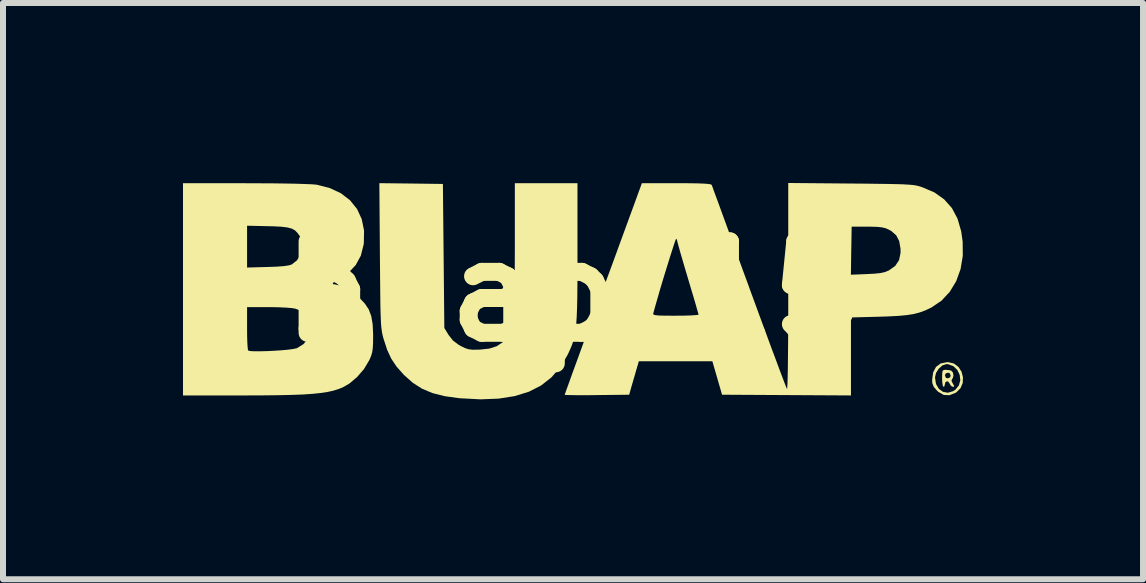
<source format=kicad_pcb>
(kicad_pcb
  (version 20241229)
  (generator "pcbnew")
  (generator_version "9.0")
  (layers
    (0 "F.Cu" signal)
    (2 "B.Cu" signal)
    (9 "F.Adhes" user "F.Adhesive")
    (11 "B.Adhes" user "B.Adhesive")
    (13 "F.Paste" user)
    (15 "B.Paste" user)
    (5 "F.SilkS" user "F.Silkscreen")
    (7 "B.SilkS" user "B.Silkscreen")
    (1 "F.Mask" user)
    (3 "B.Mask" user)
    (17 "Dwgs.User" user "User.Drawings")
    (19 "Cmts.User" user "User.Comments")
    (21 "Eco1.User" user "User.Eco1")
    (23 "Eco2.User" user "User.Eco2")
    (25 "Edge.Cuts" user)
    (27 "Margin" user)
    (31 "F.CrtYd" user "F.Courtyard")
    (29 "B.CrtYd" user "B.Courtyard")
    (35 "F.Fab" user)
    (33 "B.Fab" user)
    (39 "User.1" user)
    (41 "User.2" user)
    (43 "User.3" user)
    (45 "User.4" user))
  (footprint "buap_15"
    (layer "F.Cu")
    (at 6.504 1.808)
    (property "Reference" "buap_15" (at 0 0 0) (layer "F.SilkS") (effects (font (size 1.524 1.524) (thickness 0.3))))
    (attr board_only exclude_from_pos_files exclude_from_bom)
    (fp_poly (pts (xy 6.267 1.311) (xy 6.301 1.32) (xy 6.329 1.352) (xy 6.338 1.404) (xy 6.324 1.45) (xy 6.313 1.461) (xy 6.305 1.491) (xy 6.326 1.533) (xy 6.349 1.574) (xy 6.343 1.589) (xy 6.328 1.59) (xy 6.294 1.571) (xy 6.279 1.543) (xy 6.252 1.504) (xy 6.23 1.496) (xy 6.202 1.515) (xy 6.196 1.543) (xy 6.186 1.582) (xy 6.172 1.59) (xy 6.159 1.569) (xy 6.151 1.512) (xy 6.148 1.448) (xy 6.149 1.401) (xy 6.196 1.401) (xy 6.212 1.44) (xy 6.243 1.448) (xy 6.283 1.431) (xy 6.291 1.401) (xy 6.274 1.361) (xy 6.243 1.353) (xy 6.204 1.37) (xy 6.196 1.401) (xy 6.149 1.401) (xy 6.15 1.369) (xy 6.156 1.326) (xy 6.174 1.309) (xy 6.205 1.306) (xy 6.206 1.306)) (stroke (width 0) (type solid)) (fill yes) (layer "F.SilkS"))
    (fp_poly (pts (xy 6.249 1.178) (xy 6.346 1.201) (xy 6.421 1.258) (xy 6.472 1.337) (xy 6.496 1.429) (xy 6.492 1.525) (xy 6.455 1.612) (xy 6.384 1.683) (xy 6.377 1.687) (xy 6.273 1.729) (xy 6.176 1.725) (xy 6.085 1.673) (xy 6.063 1.652) (xy 6.009 1.589) (xy 5.986 1.529) (xy 5.982 1.476) (xy 5.987 1.436) (xy 6.03 1.436) (xy 6.047 1.543) (xy 6.094 1.623) (xy 6.163 1.673) (xy 6.245 1.688) (xy 6.332 1.662) (xy 6.37 1.637) (xy 6.429 1.564) (xy 6.452 1.478) (xy 6.441 1.389) (xy 6.402 1.308) (xy 6.337 1.245) (xy 6.251 1.213) (xy 6.219 1.211) (xy 6.154 1.232) (xy 6.093 1.286) (xy 6.047 1.358) (xy 6.03 1.435) (xy 6.03 1.436) (xy 5.987 1.436) (xy 5.999 1.349) (xy 6.047 1.257) (xy 6.126 1.199) (xy 6.234 1.178)) (stroke (width 0) (type solid)) (fill yes) (layer "F.SilkS"))
    (fp_poly (pts (xy -2.702 -1.799) (xy -2.172 -1.792) (xy -2.16 -0.592) (xy -2.148 0.609) (xy -2.077 0.725) (xy -2.004 0.818) (xy -1.91 0.889) (xy -1.875 0.909) (xy -1.803 0.944) (xy -1.742 0.964) (xy -1.674 0.971) (xy -1.581 0.97) (xy -1.555 0.969) (xy -1.398 0.952) (xy -1.276 0.913) (xy -1.176 0.847) (xy -1.1 0.764) (xy -1.047 0.675) (xy -1.006 0.574) (xy -0.999 0.546) (xy -0.992 0.488) (xy -0.986 0.385) (xy -0.982 0.237) (xy -0.978 0.047) (xy -0.975 -0.183) (xy -0.974 -0.453) (xy -0.973 -0.69) (xy -0.973 -1.804) (xy 0.071 -1.804) (xy 0.071 -0.652) (xy 0.071 -0.36) (xy 0.07 -0.111) (xy 0.068 0.099) (xy 0.064 0.276) (xy 0.058 0.424) (xy 0.05 0.547) (xy 0.038 0.65) (xy 0.023 0.737) (xy 0.005 0.814) (xy -0.018 0.884) (xy -0.046 0.953) (xy -0.079 1.025) (xy -0.094 1.057) (xy -0.214 1.26) (xy -0.361 1.43) (xy -0.535 1.567) (xy -0.739 1.671) (xy -0.975 1.744) (xy -1.243 1.786) (xy -1.545 1.798) (xy -1.884 1.78) (xy -1.906 1.778) (xy -2.144 1.745) (xy -2.345 1.694) (xy -2.519 1.621) (xy -2.674 1.522) (xy -2.818 1.394) (xy -2.832 1.38) (xy -2.946 1.25) (xy -3.033 1.12) (xy -3.101 0.973) (xy -3.159 0.795) (xy -3.16 0.793) (xy -3.172 0.749) (xy -3.182 0.707) (xy -3.19 0.661) (xy -3.197 0.607) (xy -3.203 0.541) (xy -3.207 0.458) (xy -3.211 0.354) (xy -3.214 0.224) (xy -3.216 0.064) (xy -3.218 -0.131) (xy -3.22 -0.365) (xy -3.222 -0.6) (xy -3.231 -1.805)) (stroke (width 0) (type solid)) (fill yes) (layer "F.SilkS"))
    (fp_poly (pts (xy -5.466 -1.804) (xy -5.229 -1.803) (xy -5.007 -1.802) (xy -4.804 -1.799) (xy -4.626 -1.796) (xy -4.478 -1.791) (xy -4.365 -1.787) (xy -4.292 -1.781) (xy -4.278 -1.78) (xy -4.059 -1.724) (xy -3.872 -1.637) (xy -3.72 -1.52) (xy -3.603 -1.375) (xy -3.525 -1.206) (xy -3.486 -1.015) (xy -3.49 -0.805) (xy -3.493 -0.783) (xy -3.54 -0.597) (xy -3.626 -0.439) (xy -3.749 -0.309) (xy -3.881 -0.223) (xy -3.965 -0.174) (xy -4.006 -0.141) (xy -4.004 -0.122) (xy -3.977 -0.119) (xy -3.913 -0.105) (xy -3.826 -0.067) (xy -3.729 -0.014) (xy -3.635 0.048) (xy -3.564 0.106) (xy -3.472 0.203) (xy -3.407 0.301) (xy -3.366 0.411) (xy -3.343 0.544) (xy -3.335 0.712) (xy -3.335 0.736) (xy -3.336 0.859) (xy -3.341 0.947) (xy -3.351 1.015) (xy -3.368 1.073) (xy -3.395 1.137) (xy -3.399 1.145) (xy -3.486 1.291) (xy -3.601 1.425) (xy -3.731 1.535) (xy -3.84 1.598) (xy -3.916 1.628) (xy -4 1.654) (xy -4.096 1.675) (xy -4.209 1.692) (xy -4.342 1.706) (xy -4.502 1.717) (xy -4.69 1.724) (xy -4.913 1.729) (xy -5.174 1.732) (xy -5.478 1.733) (xy -5.508 1.733) (xy -6.504 1.733) (xy -6.504 0.613) (xy -5.436 0.613) (xy -5.435 0.738) (xy -5.432 0.846) (xy -5.427 0.929) (xy -5.421 0.976) (xy -5.418 0.984) (xy -5.386 0.993) (xy -5.316 0.997) (xy -5.218 0.997) (xy -5.103 0.994) (xy -4.98 0.988) (xy -4.859 0.98) (xy -4.75 0.97) (xy -4.663 0.958) (xy -4.607 0.946) (xy -4.603 0.944) (xy -4.494 0.876) (xy -4.421 0.786) (xy -4.383 0.682) (xy -4.38 0.574) (xy -4.411 0.47) (xy -4.477 0.379) (xy -4.576 0.308) (xy -4.627 0.288) (xy -4.681 0.278) (xy -4.774 0.27) (xy -4.894 0.264) (xy -5.033 0.261) (xy -5.072 0.261) (xy -5.436 0.261) (xy -5.436 0.613) (xy -6.504 0.613) (xy -6.504 -1.096) (xy -5.436 -1.096) (xy -5.436 -0.399) (xy -5.098 -0.408) (xy -4.936 -0.414) (xy -4.817 -0.423) (xy -4.735 -0.436) (xy -4.69 -0.451) (xy -4.603 -0.52) (xy -4.543 -0.616) (xy -4.515 -0.726) (xy -4.521 -0.836) (xy -4.555 -0.919) (xy -4.596 -0.976) (xy -4.638 -1.019) (xy -4.692 -1.048) (xy -4.764 -1.067) (xy -4.863 -1.079) (xy -4.997 -1.086) (xy -5.085 -1.088) (xy -5.436 -1.096) (xy -6.504 -1.096) (xy -6.504 -1.804)) (stroke (width 0) (type solid)) (fill yes) (layer "F.SilkS"))
    (fp_poly (pts (xy 4.623 -1.799) (xy 4.873 -1.797) (xy 5.081 -1.794) (xy 5.251 -1.792) (xy 5.387 -1.789) (xy 5.496 -1.786) (xy 5.581 -1.781) (xy 5.647 -1.776) (xy 5.7 -1.769) (xy 5.743 -1.76) (xy 5.782 -1.749) (xy 5.819 -1.737) (xy 6.02 -1.651) (xy 6.183 -1.535) (xy 6.312 -1.39) (xy 6.406 -1.212) (xy 6.467 -1.001) (xy 6.491 -0.831) (xy 6.493 -0.594) (xy 6.456 -0.372) (xy 6.383 -0.171) (xy 6.276 0.006) (xy 6.138 0.154) (xy 5.97 0.267) (xy 5.961 0.272) (xy 5.867 0.316) (xy 5.774 0.35) (xy 5.675 0.376) (xy 5.56 0.394) (xy 5.421 0.407) (xy 5.249 0.416) (xy 5.098 0.421) (xy 4.629 0.433) (xy 4.629 1.733) (xy 3.555 1.727) (xy 2.481 1.721) (xy 2.4 1.442) (xy 2.319 1.163) (xy 1.094 1.163) (xy 1.047 1.323) (xy 1.017 1.427) (xy 0.986 1.533) (xy 0.966 1.602) (xy 0.933 1.721) (xy 0.395 1.727) (xy 0.241 1.729) (xy 0.104 1.729) (xy -0.009 1.728) (xy -0.091 1.726) (xy -0.136 1.724) (xy -0.142 1.722) (xy -0.134 1.698) (xy -0.111 1.633) (xy -0.074 1.531) (xy -0.025 1.394) (xy 0.036 1.227) (xy 0.107 1.032) (xy 0.186 0.814) (xy 0.274 0.575) (xy 0.346 0.378) (xy 1.334 0.378) (xy 1.346 0.389) (xy 1.376 0.396) (xy 1.431 0.401) (xy 1.519 0.403) (xy 1.644 0.404) (xy 1.706 0.404) (xy 1.835 0.403) (xy 1.945 0.4) (xy 2.029 0.395) (xy 2.079 0.39) (xy 2.089 0.386) (xy 2.082 0.359) (xy 2.063 0.293) (xy 2.035 0.194) (xy 1.998 0.068) (xy 1.954 -0.078) (xy 1.911 -0.223) (xy 1.863 -0.384) (xy 1.82 -0.531) (xy 1.783 -0.657) (xy 1.756 -0.756) (xy 1.738 -0.821) (xy 1.733 -0.847) (xy 1.722 -0.875) (xy 1.715 -0.878) (xy 1.705 -0.856) (xy 1.684 -0.796) (xy 1.654 -0.703) (xy 1.616 -0.585) (xy 1.574 -0.449) (xy 1.528 -0.301) (xy 1.482 -0.149) (xy 1.437 0.002) (xy 1.396 0.145) (xy 1.36 0.271) (xy 1.335 0.362) (xy 1.334 0.378) (xy 0.346 0.378) (xy 0.367 0.319) (xy 0.466 0.05) (xy 0.477 0.018) (xy 0.577 -0.254) (xy 0.673 -0.514) (xy 0.762 -0.759) (xy 0.845 -0.985) (xy 0.919 -1.188) (xy 0.984 -1.365) (xy 1.038 -1.512) (xy 1.079 -1.626) (xy 1.107 -1.702) (xy 1.12 -1.738) (xy 1.121 -1.739) (xy 1.144 -1.804) (xy 1.721 -1.804) (xy 1.912 -1.804) (xy 2.06 -1.802) (xy 2.169 -1.798) (xy 2.244 -1.793) (xy 2.289 -1.786) (xy 2.308 -1.776) (xy 2.309 -1.774) (xy 2.319 -1.748) (xy 2.343 -1.68) (xy 2.382 -1.575) (xy 2.433 -1.436) (xy 2.495 -1.266) (xy 2.567 -1.069) (xy 2.647 -0.849) (xy 2.735 -0.609) (xy 2.828 -0.353) (xy 2.927 -0.084) (xy 2.931 -0.071) (xy 3.03 0.198) (xy 3.124 0.455) (xy 3.213 0.695) (xy 3.294 0.916) (xy 3.368 1.113) (xy 3.431 1.283) (xy 3.484 1.423) (xy 3.524 1.529) (xy 3.551 1.597) (xy 3.563 1.625) (xy 3.564 1.625) (xy 3.567 1.606) (xy 3.571 1.542) (xy 3.574 1.437) (xy 3.577 1.294) (xy 3.579 1.116) (xy 3.581 0.905) (xy 3.583 0.666) (xy 3.584 0.4) (xy 3.584 0.111) (xy 3.584 -0.08) (xy 3.584 -0.279) (xy 4.628 -0.279) (xy 4.895 -0.29) (xy 5.027 -0.297) (xy 5.122 -0.307) (xy 5.194 -0.323) (xy 5.252 -0.347) (xy 5.262 -0.351) (xy 5.367 -0.426) (xy 5.431 -0.522) (xy 5.456 -0.644) (xy 5.455 -0.714) (xy 5.433 -0.841) (xy 5.384 -0.935) (xy 5.302 -1.007) (xy 5.257 -1.032) (xy 5.204 -1.055) (xy 5.143 -1.069) (xy 5.062 -1.077) (xy 4.95 -1.08) (xy 4.902 -1.08) (xy 4.641 -1.08) (xy 4.634 -0.679) (xy 4.628 -0.279) (xy 3.584 -0.279) (xy 3.584 -1.808)) (stroke (width 0) (type solid)) (fill yes) (layer "F.SilkS")))
  (gr_rect
    (start -3 -3)
    (end 16.001 6.605)
    (stroke (width 0.1) (type default))
    (fill no)
    (layer "Edge.Cuts")))
</source>
